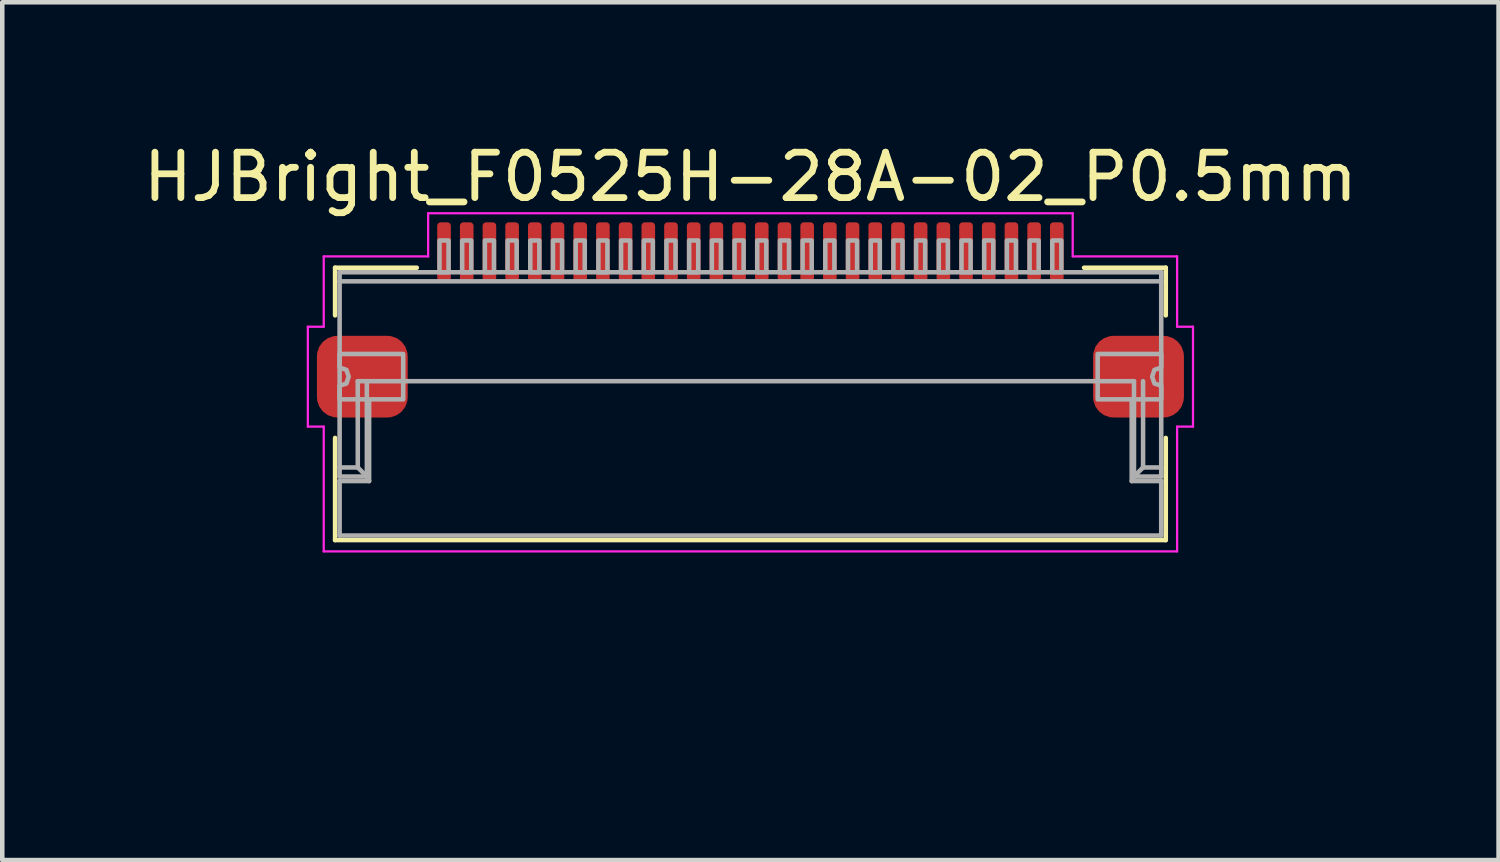
<source format=kicad_pcb>
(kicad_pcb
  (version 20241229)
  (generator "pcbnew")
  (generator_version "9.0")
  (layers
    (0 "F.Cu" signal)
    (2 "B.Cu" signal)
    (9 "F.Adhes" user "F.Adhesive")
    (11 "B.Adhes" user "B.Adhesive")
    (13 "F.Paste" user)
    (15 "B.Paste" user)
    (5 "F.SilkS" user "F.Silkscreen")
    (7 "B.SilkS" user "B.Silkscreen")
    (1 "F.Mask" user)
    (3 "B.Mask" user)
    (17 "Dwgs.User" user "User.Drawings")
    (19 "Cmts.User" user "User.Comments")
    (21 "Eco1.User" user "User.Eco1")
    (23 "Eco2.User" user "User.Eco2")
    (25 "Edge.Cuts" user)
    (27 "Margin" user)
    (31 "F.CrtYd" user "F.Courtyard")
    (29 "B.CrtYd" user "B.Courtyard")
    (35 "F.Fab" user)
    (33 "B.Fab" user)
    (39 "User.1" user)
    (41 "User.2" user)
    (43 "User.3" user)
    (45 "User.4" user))
  (footprint "HJBright_F0525H-28A-02_P0.5mm"
    (layer "F.Cu")
    (at 13.482 5.848)
    (property "Reference" "HJBright_F0525H-28A-02_P0.5mm" (at 0 -5 0) (layer "F.SilkS") (effects (font (size 1 1) (thickness 0.15))))
    (attr smd)
    (fp_line (start -9.15 -3) (end -7.35 -3) (stroke (width 0.1) (type solid)) (layer "F.SilkS"))
    (fp_line (start -9.15 -1.95) (end -9.15 -3) (stroke (width 0.1) (type solid)) (layer "F.SilkS"))
    (fp_line (start -9.15 0.75) (end -9.15 3) (stroke (width 0.1) (type solid)) (layer "F.SilkS"))
    (fp_line (start -9.15 3) (end 9.15 3) (stroke (width 0.1) (type solid)) (layer "F.SilkS"))
    (fp_line (start 7.35 -3) (end 9.15 -3) (stroke (width 0.1) (type solid)) (layer "F.SilkS"))
    (fp_line (start 9.15 -1.95) (end 9.15 -3) (stroke (width 0.1) (type solid)) (layer "F.SilkS"))
    (fp_line (start 9.15 3) (end 9.15 0.75) (stroke (width 0.1) (type solid)) (layer "F.SilkS"))
    (fp_rect (start 8.5 3) (end -8.5 7) (stroke (width 0.1) (type solid)) (fill no) (layer "Eco1.User"))
    (fp_line (start -9.75 -1.7) (end -9.75 0.5) (stroke (width 0.05) (type solid)) (layer "F.CrtYd"))
    (fp_line (start -9.75 -1.7) (end -9.4 -1.7) (stroke (width 0.05) (type solid)) (layer "F.CrtYd"))
    (fp_line (start -9.75 0.5) (end -9.4 0.5) (stroke (width 0.05) (type solid)) (layer "F.CrtYd"))
    (fp_line (start -9.4 -3.25) (end -9.4 -1.7) (stroke (width 0.05) (type solid)) (layer "F.CrtYd"))
    (fp_line (start -9.4 -3.25) (end -7.1 -3.25) (stroke (width 0.05) (type solid)) (layer "F.CrtYd"))
    (fp_line (start -9.4 0.5) (end -9.4 3.25) (stroke (width 0.05) (type solid)) (layer "F.CrtYd"))
    (fp_line (start -9.4 3.25) (end 9.4 3.25) (stroke (width 0.05) (type solid)) (layer "F.CrtYd"))
    (fp_line (start -7.1 -4.2) (end -7.1 -3.25) (stroke (width 0.05) (type solid)) (layer "F.CrtYd"))
    (fp_line (start -7.1 -4.2) (end 7.1 -4.2) (stroke (width 0.05) (type solid)) (layer "F.CrtYd"))
    (fp_line (start 7.1 -4.2) (end 7.1 -3.25) (stroke (width 0.05) (type solid)) (layer "F.CrtYd"))
    (fp_line (start 7.1 -3.25) (end 9.4 -3.25) (stroke (width 0.05) (type solid)) (layer "F.CrtYd"))
    (fp_line (start 9.4 -3.25) (end 9.4 -1.7) (stroke (width 0.05) (type solid)) (layer "F.CrtYd"))
    (fp_line (start 9.4 -1.7) (end 9.75 -1.7) (stroke (width 0.05) (type solid)) (layer "F.CrtYd"))
    (fp_line (start 9.4 0.5) (end 9.4 3.25) (stroke (width 0.05) (type solid)) (layer "F.CrtYd"))
    (fp_line (start 9.4 0.5) (end 9.75 0.5) (stroke (width 0.05) (type solid)) (layer "F.CrtYd"))
    (fp_line (start 9.75 -1.7) (end 9.75 0.5) (stroke (width 0.05) (type solid)) (layer "F.CrtYd"))
    (fp_line (start -9.05 -2.9) (end -9.05 1.6) (stroke (width 0.1) (type solid)) (layer "F.Fab"))
    (fp_line (start -9.05 -2.9) (end 9.05 -2.9) (stroke (width 0.1) (type solid)) (layer "F.Fab"))
    (fp_line (start -9.05 -2.7) (end 9.05 -2.7) (stroke (width 0.1) (type solid)) (layer "F.Fab"))
    (fp_line (start -9.05 1.4) (end -8.65 1.4) (stroke (width 0.1) (type solid)) (layer "F.Fab"))
    (fp_line (start -9.05 1.6) (end -8.45 1.6) (stroke (width 0.1) (type solid)) (layer "F.Fab"))
    (fp_line (start -9.05 1.7) (end -9.05 2.9) (stroke (width 0.1) (type solid)) (layer "F.Fab"))
    (fp_line (start -9.05 1.7) (end -8.4 1.7) (stroke (width 0.1) (type solid)) (layer "F.Fab"))
    (fp_line (start -9.05 2.9) (end 9.05 2.9) (stroke (width 0.1) (type solid)) (layer "F.Fab"))
    (fp_line (start -8.65 -0.5) (end 8.45 -0.5) (stroke (width 0.1) (type solid)) (layer "F.Fab"))
    (fp_line (start -8.65 1.4) (end -8.65 -0.5) (stroke (width 0.1) (type solid)) (layer "F.Fab"))
    (fp_line (start -8.65 1.4) (end -8.45 1.6) (stroke (width 0.1) (type solid)) (layer "F.Fab"))
    (fp_line (start -8.45 1.6) (end -8.45 -0.5) (stroke (width 0.1) (type solid)) (layer "F.Fab"))
    (fp_line (start -8.4 1.7) (end -8.4 -0.05) (stroke (width 0.1) (type solid)) (layer "F.Fab"))
    (fp_line (start 8.4 -0.05) (end 8.4 1.7) (stroke (width 0.1) (type solid)) (layer "F.Fab"))
    (fp_line (start 8.4 1.7) (end 9.05 1.7) (stroke (width 0.1) (type solid)) (layer "F.Fab"))
    (fp_line (start 8.45 1.6) (end 8.45 -0.5) (stroke (width 0.1) (type solid)) (layer "F.Fab"))
    (fp_line (start 8.65 1.4) (end 8.45 1.6) (stroke (width 0.1) (type solid)) (layer "F.Fab"))
    (fp_line (start 8.65 1.4) (end 8.65 -0.5) (stroke (width 0.1) (type solid)) (layer "F.Fab"))
    (fp_line (start 9.05 -2.9) (end 9.05 1.6) (stroke (width 0.1) (type solid)) (layer "F.Fab"))
    (fp_line (start 9.05 1.4) (end 8.65 1.4) (stroke (width 0.1) (type solid)) (layer "F.Fab"))
    (fp_line (start 9.05 1.6) (end 8.45 1.6) (stroke (width 0.1) (type solid)) (layer "F.Fab"))
    (fp_line (start 9.05 1.7) (end 9.05 2.9) (stroke (width 0.1) (type solid)) (layer "F.Fab"))
    (fp_rect (start -6.85 -3.6) (end -6.65 -2.9) (stroke (width 0.1) (type solid)) (fill no) (layer "F.Fab"))
    (fp_rect (start -6.35 -3.6) (end -6.15 -2.9) (stroke (width 0.1) (type solid)) (fill no) (layer "F.Fab"))
    (fp_rect (start -5.85 -3.6) (end -5.65 -2.9) (stroke (width 0.1) (type solid)) (fill no) (layer "F.Fab"))
    (fp_rect (start -5.35 -3.6) (end -5.15 -2.9) (stroke (width 0.1) (type solid)) (fill no) (layer "F.Fab"))
    (fp_rect (start -4.85 -3.6) (end -4.65 -2.9) (stroke (width 0.1) (type solid)) (fill no) (layer "F.Fab"))
    (fp_rect (start -4.35 -3.6) (end -4.15 -2.9) (stroke (width 0.1) (type solid)) (fill no) (layer "F.Fab"))
    (fp_rect (start -3.85 -3.6) (end -3.65 -2.9) (stroke (width 0.1) (type solid)) (fill no) (layer "F.Fab"))
    (fp_rect (start -3.35 -3.6) (end -3.15 -2.9) (stroke (width 0.1) (type solid)) (fill no) (layer "F.Fab"))
    (fp_rect (start -2.85 -3.6) (end -2.65 -2.9) (stroke (width 0.1) (type solid)) (fill no) (layer "F.Fab"))
    (fp_rect (start -2.35 -3.6) (end -2.15 -2.9) (stroke (width 0.1) (type solid)) (fill no) (layer "F.Fab"))
    (fp_rect (start -1.85 -3.6) (end -1.65 -2.9) (stroke (width 0.1) (type solid)) (fill no) (layer "F.Fab"))
    (fp_rect (start -1.35 -3.6) (end -1.15 -2.9) (stroke (width 0.1) (type solid)) (fill no) (layer "F.Fab"))
    (fp_rect (start -0.85 -3.6) (end -0.65 -2.9) (stroke (width 0.1) (type solid)) (fill no) (layer "F.Fab"))
    (fp_rect (start -0.35 -3.6) (end -0.15 -2.9) (stroke (width 0.1) (type solid)) (fill no) (layer "F.Fab"))
    (fp_rect (start 0.15 -3.6) (end 0.35 -2.9) (stroke (width 0.1) (type solid)) (fill no) (layer "F.Fab"))
    (fp_rect (start 0.65 -3.6) (end 0.85 -2.9) (stroke (width 0.1) (type solid)) (fill no) (layer "F.Fab"))
    (fp_rect (start 1.15 -3.6) (end 1.35 -2.9) (stroke (width 0.1) (type solid)) (fill no) (layer "F.Fab"))
    (fp_rect (start 1.65 -3.6) (end 1.85 -2.9) (stroke (width 0.1) (type solid)) (fill no) (layer "F.Fab"))
    (fp_rect (start 2.15 -3.6) (end 2.35 -2.9) (stroke (width 0.1) (type solid)) (fill no) (layer "F.Fab"))
    (fp_rect (start 2.65 -3.6) (end 2.85 -2.9) (stroke (width 0.1) (type solid)) (fill no) (layer "F.Fab"))
    (fp_rect (start 3.15 -3.6) (end 3.35 -2.9) (stroke (width 0.1) (type solid)) (fill no) (layer "F.Fab"))
    (fp_rect (start 3.65 -3.6) (end 3.85 -2.9) (stroke (width 0.1) (type solid)) (fill no) (layer "F.Fab"))
    (fp_rect (start 4.15 -3.6) (end 4.35 -2.9) (stroke (width 0.1) (type solid)) (fill no) (layer "F.Fab"))
    (fp_rect (start 4.65 -3.6) (end 4.85 -2.9) (stroke (width 0.1) (type solid)) (fill no) (layer "F.Fab"))
    (fp_rect (start 5.15 -3.6) (end 5.35 -2.9) (stroke (width 0.1) (type solid)) (fill no) (layer "F.Fab"))
    (fp_rect (start 5.65 -3.6) (end 5.85 -2.9) (stroke (width 0.1) (type solid)) (fill no) (layer "F.Fab"))
    (fp_rect (start 6.15 -3.6) (end 6.35 -2.9) (stroke (width 0.1) (type solid)) (fill no) (layer "F.Fab"))
    (fp_rect (start 6.65 -3.6) (end 6.85 -2.9) (stroke (width 0.1) (type solid)) (fill no) (layer "F.Fab"))
    (fp_poly (pts (xy -9.05 -0.4) (xy -8.9 -0.45) (xy -8.85 -0.6) (xy -8.9 -0.75) (xy -9.05 -0.8) (xy -9.05 -1.1) (xy -7.65 -1.1) (xy -7.65 -0.1) (xy -9.05 -0.1)) (stroke (width 0.1) (type solid)) (fill no) (layer "F.Fab"))
    (fp_poly (pts (xy 9.05 -0.8) (xy 8.9 -0.75) (xy 8.85 -0.6) (xy 8.9 -0.45) (xy 9.05 -0.4) (xy 9.05 -0.1) (xy 7.65 -0.1) (xy 7.65 -1.1) (xy 9.05 -1.1)) (stroke (width 0.1) (type solid)) (fill no) (layer "F.Fab"))
    (pad "1" smd roundrect (at -6.75 -3.35) (size 0.3 1.3) (layers "F.Cu" "F.Mask" "F.Paste") (roundrect_rratio 0.25))
    (pad "2" smd roundrect (at -6.25 -3.35) (size 0.3 1.3) (layers "F.Cu" "F.Mask" "F.Paste") (roundrect_rratio 0.25))
    (pad "3" smd roundrect (at -5.75 -3.35) (size 0.3 1.3) (layers "F.Cu" "F.Mask" "F.Paste") (roundrect_rratio 0.25))
    (pad "4" smd roundrect (at -5.25 -3.35) (size 0.3 1.3) (layers "F.Cu" "F.Mask" "F.Paste") (roundrect_rratio 0.25))
    (pad "5" smd roundrect (at -4.75 -3.35) (size 0.3 1.3) (layers "F.Cu" "F.Mask" "F.Paste") (roundrect_rratio 0.25))
    (pad "6" smd roundrect (at -4.25 -3.35) (size 0.3 1.3) (layers "F.Cu" "F.Mask" "F.Paste") (roundrect_rratio 0.25))
    (pad "7" smd roundrect (at -3.75 -3.35) (size 0.3 1.3) (layers "F.Cu" "F.Mask" "F.Paste") (roundrect_rratio 0.25))
    (pad "8" smd roundrect (at -3.25 -3.35) (size 0.3 1.3) (layers "F.Cu" "F.Mask" "F.Paste") (roundrect_rratio 0.25))
    (pad "9" smd roundrect (at -2.75 -3.35) (size 0.3 1.3) (layers "F.Cu" "F.Mask" "F.Paste") (roundrect_rratio 0.25))
    (pad "10" smd roundrect (at -2.25 -3.35) (size 0.3 1.3) (layers "F.Cu" "F.Mask" "F.Paste") (roundrect_rratio 0.25))
    (pad "11" smd roundrect (at -1.75 -3.35) (size 0.3 1.3) (layers "F.Cu" "F.Mask" "F.Paste") (roundrect_rratio 0.25))
    (pad "12" smd roundrect (at -1.25 -3.35) (size 0.3 1.3) (layers "F.Cu" "F.Mask" "F.Paste") (roundrect_rratio 0.25))
    (pad "13" smd roundrect (at -0.75 -3.35) (size 0.3 1.3) (layers "F.Cu" "F.Mask" "F.Paste") (roundrect_rratio 0.25))
    (pad "14" smd roundrect (at -0.25 -3.35) (size 0.3 1.3) (layers "F.Cu" "F.Mask" "F.Paste") (roundrect_rratio 0.25))
    (pad "15" smd roundrect (at 0.25 -3.35) (size 0.3 1.3) (layers "F.Cu" "F.Mask" "F.Paste") (roundrect_rratio 0.25))
    (pad "16" smd roundrect (at 0.75 -3.35) (size 0.3 1.3) (layers "F.Cu" "F.Mask" "F.Paste") (roundrect_rratio 0.25))
    (pad "17" smd roundrect (at 1.25 -3.35) (size 0.3 1.3) (layers "F.Cu" "F.Mask" "F.Paste") (roundrect_rratio 0.25))
    (pad "18" smd roundrect (at 1.75 -3.35) (size 0.3 1.3) (layers "F.Cu" "F.Mask" "F.Paste") (roundrect_rratio 0.25))
    (pad "19" smd roundrect (at 2.25 -3.35) (size 0.3 1.3) (layers "F.Cu" "F.Mask" "F.Paste") (roundrect_rratio 0.25))
    (pad "20" smd roundrect (at 2.75 -3.35) (size 0.3 1.3) (layers "F.Cu" "F.Mask" "F.Paste") (roundrect_rratio 0.25))
    (pad "21" smd roundrect (at 3.25 -3.35) (size 0.3 1.3) (layers "F.Cu" "F.Mask" "F.Paste") (roundrect_rratio 0.25))
    (pad "22" smd roundrect (at 3.75 -3.35) (size 0.3 1.3) (layers "F.Cu" "F.Mask" "F.Paste") (roundrect_rratio 0.25))
    (pad "23" smd roundrect (at 4.25 -3.35) (size 0.3 1.3) (layers "F.Cu" "F.Mask" "F.Paste") (roundrect_rratio 0.25))
    (pad "24" smd roundrect (at 4.75 -3.35) (size 0.3 1.3) (layers "F.Cu" "F.Mask" "F.Paste") (roundrect_rratio 0.25))
    (pad "25" smd roundrect (at 5.25 -3.35) (size 0.3 1.3) (layers "F.Cu" "F.Mask" "F.Paste") (roundrect_rratio 0.25))
    (pad "26" smd roundrect (at 5.75 -3.35) (size 0.3 1.3) (layers "F.Cu" "F.Mask" "F.Paste") (roundrect_rratio 0.25))
    (pad "27" smd roundrect (at 6.25 -3.35) (size 0.3 1.3) (layers "F.Cu" "F.Mask" "F.Paste") (roundrect_rratio 0.25))
    (pad "28" smd roundrect (at 6.75 -3.35) (size 0.3 1.3) (layers "F.Cu" "F.Mask" "F.Paste") (roundrect_rratio 0.25))
    (pad "MP" smd roundrect (at -8.55 -0.6) (size 2 1.8) (layers "F.Cu" "F.Mask" "F.Paste") (roundrect_rratio 0.25))
    (pad "MP" smd roundrect (at 8.55 -0.6) (size 2 1.8) (layers "F.Cu" "F.Mask" "F.Paste") (roundrect_rratio 0.25)))
  (gr_rect
    (start -3 -3)
    (end 29.964 15.898)
    (stroke (width 0.1) (type default))
    (fill no)
    (layer "Edge.Cuts")))
</source>
